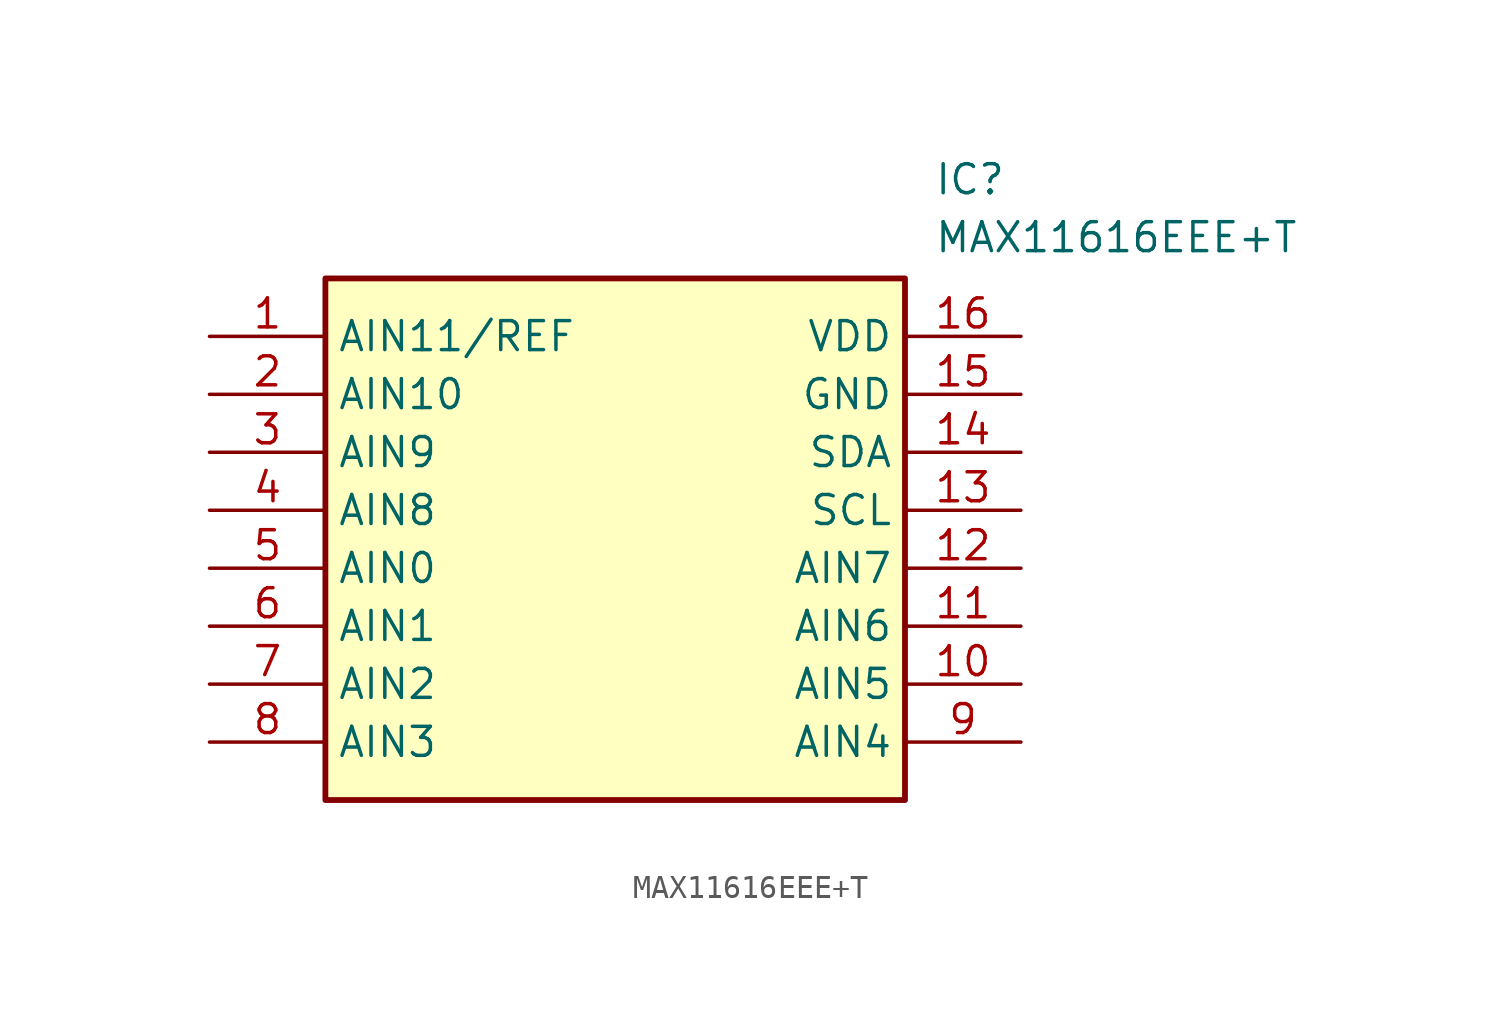
<source format=kicad_sym>
(kicad_symbol_lib
  (version 20211014)
  (generator SamacSys_ECAD_Model)
  (symbol "MAX11616EEE+T"
    (property "Reference" "IC"
      (at 31.75 7.62 0)
      (effects (font (size 1.27 1.27)) (justify left top)))
    (property "Value" "MAX11616EEE+T"
      (at 31.75 5.08 0)
      (effects (font (size 1.27 1.27)) (justify left top)))
    (rectangle
      (start 5.08 2.54)
      (end 30.48 -20.32)
      (stroke (width 0.254) (type default))
      (fill (type background)))
    (pin passive line
      (at 0 0 0)
      (length 5.08)
      (name "AIN11/REF" (effects (font (size 1.27 1.27))))
      (number "1" (effects (font (size 1.27 1.27)))))
    (pin passive line
      (at 0 -2.54 0)
      (length 5.08)
      (name "AIN10" (effects (font (size 1.27 1.27))))
      (number "2" (effects (font (size 1.27 1.27)))))
    (pin passive line
      (at 0 -5.08 0)
      (length 5.08)
      (name "AIN9" (effects (font (size 1.27 1.27))))
      (number "3" (effects (font (size 1.27 1.27)))))
    (pin passive line
      (at 0 -7.62 0)
      (length 5.08)
      (name "AIN8" (effects (font (size 1.27 1.27))))
      (number "4" (effects (font (size 1.27 1.27)))))
    (pin passive line
      (at 0 -10.16 0)
      (length 5.08)
      (name "AIN0" (effects (font (size 1.27 1.27))))
      (number "5" (effects (font (size 1.27 1.27)))))
    (pin passive line
      (at 0 -12.7 0)
      (length 5.08)
      (name "AIN1" (effects (font (size 1.27 1.27))))
      (number "6" (effects (font (size 1.27 1.27)))))
    (pin passive line
      (at 0 -15.24 0)
      (length 5.08)
      (name "AIN2" (effects (font (size 1.27 1.27))))
      (number "7" (effects (font (size 1.27 1.27)))))
    (pin passive line
      (at 0 -17.78 0)
      (length 5.08)
      (name "AIN3" (effects (font (size 1.27 1.27))))
      (number "8" (effects (font (size 1.27 1.27)))))
    (pin passive line
      (at 35.56 0 180)
      (length 5.08)
      (name "VDD" (effects (font (size 1.27 1.27))))
      (number "16" (effects (font (size 1.27 1.27)))))
    (pin passive line
      (at 35.56 -2.54 180)
      (length 5.08)
      (name "GND" (effects (font (size 1.27 1.27))))
      (number "15" (effects (font (size 1.27 1.27)))))
    (pin passive line
      (at 35.56 -5.08 180)
      (length 5.08)
      (name "SDA" (effects (font (size 1.27 1.27))))
      (number "14" (effects (font (size 1.27 1.27)))))
    (pin passive line
      (at 35.56 -7.62 180)
      (length 5.08)
      (name "SCL" (effects (font (size 1.27 1.27))))
      (number "13" (effects (font (size 1.27 1.27)))))
    (pin passive line
      (at 35.56 -10.16 180)
      (length 5.08)
      (name "AIN7" (effects (font (size 1.27 1.27))))
      (number "12" (effects (font (size 1.27 1.27)))))
    (pin passive line
      (at 35.56 -12.7 180)
      (length 5.08)
      (name "AIN6" (effects (font (size 1.27 1.27))))
      (number "11" (effects (font (size 1.27 1.27)))))
    (pin passive line
      (at 35.56 -15.24 180)
      (length 5.08)
      (name "AIN5" (effects (font (size 1.27 1.27))))
      (number "10" (effects (font (size 1.27 1.27)))))
    (pin passive line
      (at 35.56 -17.78 180)
      (length 5.08)
      (name "AIN4" (effects (font (size 1.27 1.27))))
      (number "9" (effects (font (size 1.27 1.27)))))))
</source>
